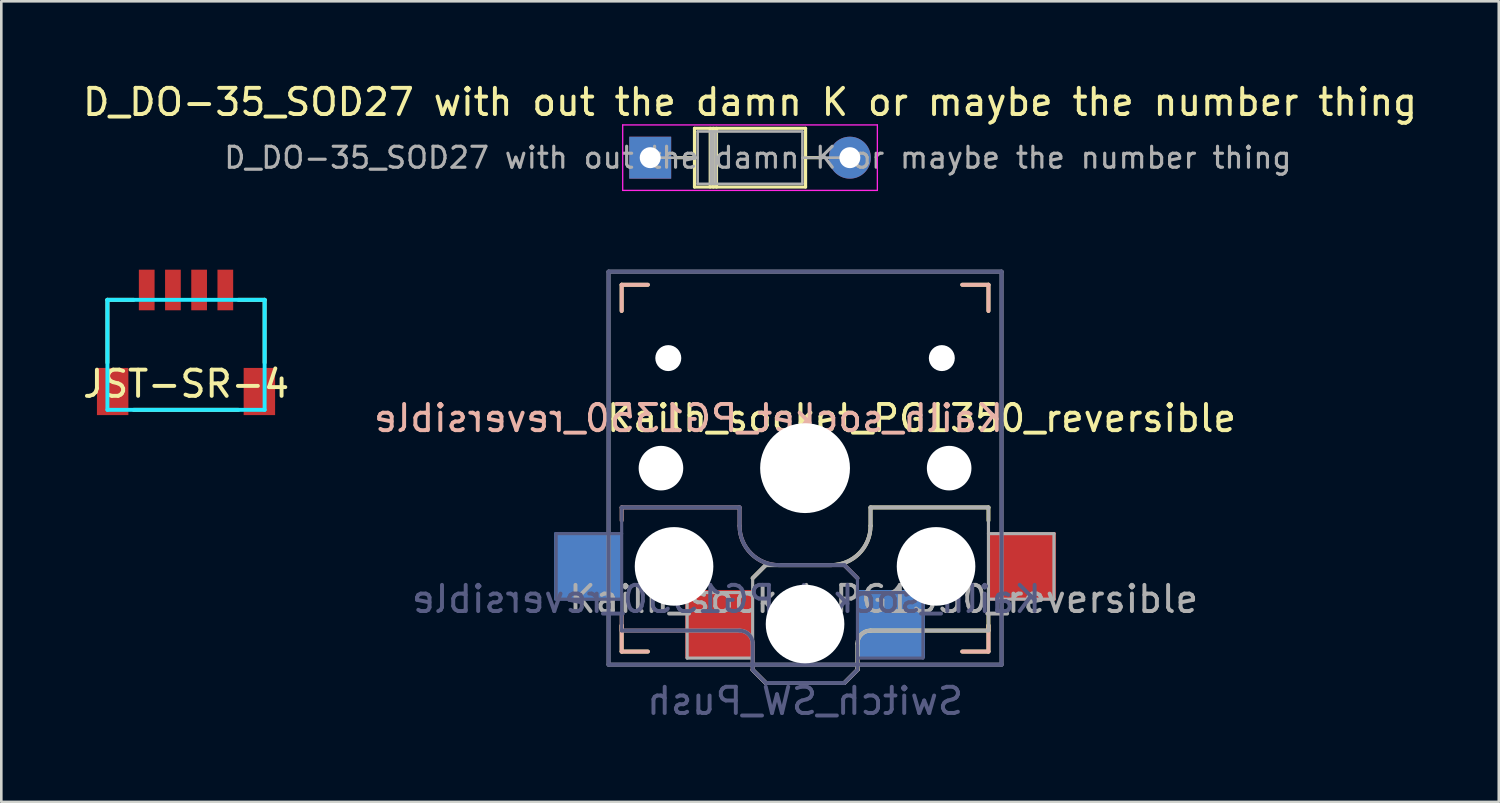
<source format=kicad_pcb>
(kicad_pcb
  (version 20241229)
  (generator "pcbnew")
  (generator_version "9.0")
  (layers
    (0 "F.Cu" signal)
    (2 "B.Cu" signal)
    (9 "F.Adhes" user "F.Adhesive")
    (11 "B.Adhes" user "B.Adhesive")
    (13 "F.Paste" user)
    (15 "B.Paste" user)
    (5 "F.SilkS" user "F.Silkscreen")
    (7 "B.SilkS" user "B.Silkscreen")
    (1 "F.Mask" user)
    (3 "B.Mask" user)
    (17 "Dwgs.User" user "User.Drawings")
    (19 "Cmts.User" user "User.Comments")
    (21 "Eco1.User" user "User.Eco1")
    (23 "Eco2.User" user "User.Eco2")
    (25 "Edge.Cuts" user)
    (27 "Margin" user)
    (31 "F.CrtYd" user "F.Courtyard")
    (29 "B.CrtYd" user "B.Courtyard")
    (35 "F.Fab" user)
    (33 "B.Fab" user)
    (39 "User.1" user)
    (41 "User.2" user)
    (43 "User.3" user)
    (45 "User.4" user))
  (footprint "JST-SR-4"
    (layer "F.Cu")
    (at 4.05 12.793)
    (property "Reference" "JST-SR-4" (at 0.004 -1.189 0) (layer "F.SilkS") (effects (font (size 1 1) (thickness 0.15))))
    (attr smd)
    (fp_line (start -3 -4.4) (end -2 -4.4) (stroke (width 0.15) (type solid)) (layer "F.SilkS"))
    (fp_line (start -3 -2) (end -3 -4.4) (stroke (width 0.15) (type solid)) (layer "F.SilkS"))
    (fp_line (start 2 -4.4) (end 3 -4.4) (stroke (width 0.15) (type solid)) (layer "F.SilkS"))
    (fp_line (start 2 -0.2) (end -2 -0.2) (stroke (width 0.15) (type solid)) (layer "F.SilkS"))
    (fp_line (start 3 -4.4) (end 3 -2) (stroke (width 0.15) (type solid)) (layer "F.SilkS"))
    (fp_line (start -3 -4.4) (end 3 -4.4) (stroke (width 0.15) (type solid)) (layer "B.CrtYd"))
    (fp_line (start -3 -0.2) (end -3 -4.4) (stroke (width 0.15) (type solid)) (layer "B.CrtYd"))
    (fp_line (start 3 -4.4) (end 3 -0.2) (stroke (width 0.15) (type solid)) (layer "B.CrtYd"))
    (fp_line (start 3 -0.2) (end -3 -0.2) (stroke (width 0.15) (type solid)) (layer "B.CrtYd"))
    (pad "" smd rect (at -2.8 -0.9) (size 1.2 1.8) (layers "F.Cu" "F.Mask" "F.Paste"))
    (pad "" smd rect (at 2.8 -0.9) (size 1.2 1.8) (layers "F.Cu" "F.Mask" "F.Paste"))
    (pad "1" smd rect (at -1.5 -4.775) (size 0.6 1.55) (layers "F.Cu" "F.Mask" "F.Paste"))
    (pad "2" smd rect (at -0.5 -4.775) (size 0.6 1.55) (layers "F.Cu" "F.Mask" "F.Paste"))
    (pad "3" smd rect (at 0.5 -4.775) (size 0.6 1.55) (layers "F.Cu" "F.Mask" "F.Paste"))
    (pad "4" smd rect (at 1.5 -4.775) (size 0.6 1.55) (layers "F.Cu" "F.Mask" "F.Paste")))
  (footprint "D_DO-35_SOD27 with out the damn K or maybe the number thing"
    (layer "F.Cu")
    (at 21.767 2.968)
    (property "Reference" "D_DO-35_SOD27 with out the damn K or maybe the number thing" (at 3.81 -2.12 0) (layer "F.SilkS") (effects (font (size 1 1) (thickness 0.15))))
    (attr through_hole)
    (fp_line (start 1.04 0) (end 1.69 0) (stroke (width 0.12) (type solid)) (layer "F.SilkS"))
    (fp_line (start 1.69 -1.12) (end 1.69 1.12) (stroke (width 0.12) (type solid)) (layer "F.SilkS"))
    (fp_line (start 1.69 1.12) (end 5.93 1.12) (stroke (width 0.12) (type solid)) (layer "F.SilkS"))
    (fp_line (start 2.29 -1.12) (end 2.29 1.12) (stroke (width 0.12) (type solid)) (layer "F.SilkS"))
    (fp_line (start 2.41 -1.12) (end 2.41 1.12) (stroke (width 0.12) (type solid)) (layer "F.SilkS"))
    (fp_line (start 2.53 -1.12) (end 2.53 1.12) (stroke (width 0.12) (type solid)) (layer "F.SilkS"))
    (fp_line (start 5.93 -1.12) (end 1.69 -1.12) (stroke (width 0.12) (type solid)) (layer "F.SilkS"))
    (fp_line (start 5.93 1.12) (end 5.93 -1.12) (stroke (width 0.12) (type solid)) (layer "F.SilkS"))
    (fp_line (start 6.58 0) (end 5.93 0) (stroke (width 0.12) (type solid)) (layer "F.SilkS"))
    (fp_line (start -1.05 -1.25) (end -1.05 1.25) (stroke (width 0.05) (type solid)) (layer "F.CrtYd"))
    (fp_line (start -1.05 1.25) (end 8.67 1.25) (stroke (width 0.05) (type solid)) (layer "F.CrtYd"))
    (fp_line (start 8.67 -1.25) (end -1.05 -1.25) (stroke (width 0.05) (type solid)) (layer "F.CrtYd"))
    (fp_line (start 8.67 1.25) (end 8.67 -1.25) (stroke (width 0.05) (type solid)) (layer "F.CrtYd"))
    (fp_line (start 0 0) (end 1.81 0) (stroke (width 0.1) (type solid)) (layer "F.Fab"))
    (fp_line (start 1.81 -1) (end 1.81 1) (stroke (width 0.1) (type solid)) (layer "F.Fab"))
    (fp_line (start 1.81 1) (end 5.81 1) (stroke (width 0.1) (type solid)) (layer "F.Fab"))
    (fp_line (start 2.31 -1) (end 2.31 1) (stroke (width 0.1) (type solid)) (layer "F.Fab"))
    (fp_line (start 2.41 -1) (end 2.41 1) (stroke (width 0.1) (type solid)) (layer "F.Fab"))
    (fp_line (start 2.51 -1) (end 2.51 1) (stroke (width 0.1) (type solid)) (layer "F.Fab"))
    (fp_line (start 5.81 -1) (end 1.81 -1) (stroke (width 0.1) (type solid)) (layer "F.Fab"))
    (fp_line (start 5.81 1) (end 5.81 -1) (stroke (width 0.1) (type solid)) (layer "F.Fab"))
    (fp_line (start 7.62 0) (end 5.81 0) (stroke (width 0.1) (type solid)) (layer "F.Fab"))
    (fp_text user "${REFERENCE}" (at 4.11 0 0) (layer "F.Fab") (effects (font (size 0.8 0.8) (thickness 0.12))))
    (pad "1" thru_hole rect (at 0 0) (size 1.6 1.6) (drill 0.8) (layers "*.Cu" "*.Mask"))
    (pad "2" thru_hole oval (at 7.62 0) (size 1.6 1.6) (drill 0.8) (layers "*.Cu" "*.Mask")))
  (footprint "Kailh_socket_PG1350_reversible"
    (layer "F.Cu")
    (at 27.677 14.818)
    (property "Reference" "Kailh_socket_PG1350_reversible" (at 4.445 -1.905 0) (layer "F.SilkS") (effects (font (size 1 1) (thickness 0.15))))
    (property "Value" "Switch_SW_Push" (at 0 8.89 0) (layer "F.Fab") (hide yes) (effects (font (size 1 1) (thickness 0.15))))
    (attr smd)
    (fp_line (start -7 -7) (end -6 -7) (stroke (width 0.15) (type solid)) (layer "F.SilkS"))
    (fp_line (start -7 -6) (end -7 -7) (stroke (width 0.15) (type solid)) (layer "F.SilkS"))
    (fp_line (start -7 7) (end -7 6) (stroke (width 0.15) (type solid)) (layer "F.SilkS"))
    (fp_line (start -6 7) (end -7 7) (stroke (width 0.15) (type solid)) (layer "F.SilkS"))
    (fp_line (start -2 4.2) (end -1.5 3.7) (stroke (width 0.15) (type solid)) (layer "F.SilkS"))
    (fp_line (start -2 7.7) (end -1.5 8.2) (stroke (width 0.15) (type solid)) (layer "F.SilkS"))
    (fp_line (start -1.5 3.7) (end 1 3.7) (stroke (width 0.15) (type solid)) (layer "F.SilkS"))
    (fp_line (start -1.5 8.2) (end 1.5 8.2) (stroke (width 0.15) (type solid)) (layer "F.SilkS"))
    (fp_line (start 1.5 8.2) (end 2 7.7) (stroke (width 0.15) (type solid)) (layer "F.SilkS"))
    (fp_line (start 2 6.7) (end 2 7.7) (stroke (width 0.15) (type solid)) (layer "F.SilkS"))
    (fp_line (start 2.5 1.5) (end 7 1.5) (stroke (width 0.15) (type solid)) (layer "F.SilkS"))
    (fp_line (start 2.5 2.2) (end 2.5 1.5) (stroke (width 0.15) (type solid)) (layer "F.SilkS"))
    (fp_line (start 6 -7) (end 7 -7) (stroke (width 0.15) (type solid)) (layer "F.SilkS"))
    (fp_line (start 7 -7) (end 7 -6) (stroke (width 0.15) (type solid)) (layer "F.SilkS"))
    (fp_line (start 7 1.5) (end 7 2) (stroke (width 0.15) (type solid)) (layer "F.SilkS"))
    (fp_line (start 7 5.6) (end 7 6.2) (stroke (width 0.15) (type solid)) (layer "F.SilkS"))
    (fp_line (start 7 6) (end 7 7) (stroke (width 0.15) (type solid)) (layer "F.SilkS"))
    (fp_line (start 7 6.2) (end 2.5 6.2) (stroke (width 0.15) (type solid)) (layer "F.SilkS"))
    (fp_line (start 7 7) (end 6 7) (stroke (width 0.15) (type solid)) (layer "F.SilkS"))
    (fp_arc (start 2 6.7) (mid 2.146447 6.346447) (end 2.5 6.2) (stroke (width 0.15) (type solid)) (layer "F.SilkS"))
    (fp_arc (start 2.5 2.2) (mid 2.06066 3.26066) (end 1 3.7) (stroke (width 0.15) (type solid)) (layer "F.SilkS"))
    (fp_line (start -7 -7) (end -6 -7) (stroke (width 0.15) (type solid)) (layer "B.SilkS"))
    (fp_line (start -7 -6) (end -7 -7) (stroke (width 0.15) (type solid)) (layer "B.SilkS"))
    (fp_line (start -7 1.5) (end -7 2) (stroke (width 0.15) (type solid)) (layer "B.SilkS"))
    (fp_line (start -7 5.6) (end -7 6.2) (stroke (width 0.15) (type solid)) (layer "B.SilkS"))
    (fp_line (start -7 6.2) (end -2.5 6.2) (stroke (width 0.15) (type solid)) (layer "B.SilkS"))
    (fp_line (start -7 7) (end -7 6) (stroke (width 0.15) (type solid)) (layer "B.SilkS"))
    (fp_line (start -6 7) (end -7 7) (stroke (width 0.15) (type solid)) (layer "B.SilkS"))
    (fp_line (start -2.5 1.5) (end -7 1.5) (stroke (width 0.15) (type solid)) (layer "B.SilkS"))
    (fp_line (start -2.5 2.2) (end -2.5 1.5) (stroke (width 0.15) (type solid)) (layer "B.SilkS"))
    (fp_line (start -2 6.7) (end -2 7.7) (stroke (width 0.15) (type solid)) (layer "B.SilkS"))
    (fp_line (start -1.5 8.2) (end -2 7.7) (stroke (width 0.15) (type solid)) (layer "B.SilkS"))
    (fp_line (start 1.5 3.7) (end -1 3.7) (stroke (width 0.15) (type solid)) (layer "B.SilkS"))
    (fp_line (start 1.5 8.2) (end -1.5 8.2) (stroke (width 0.15) (type solid)) (layer "B.SilkS"))
    (fp_line (start 2 4.2) (end 1.5 3.7) (stroke (width 0.15) (type solid)) (layer "B.SilkS"))
    (fp_line (start 2 7.7) (end 1.5 8.2) (stroke (width 0.15) (type solid)) (layer "B.SilkS"))
    (fp_line (start 6 -7) (end 7 -7) (stroke (width 0.15) (type solid)) (layer "B.SilkS"))
    (fp_line (start 7 -7) (end 7 -6) (stroke (width 0.15) (type solid)) (layer "B.SilkS"))
    (fp_line (start 7 6) (end 7 7) (stroke (width 0.15) (type solid)) (layer "B.SilkS"))
    (fp_line (start 7 7) (end 6 7) (stroke (width 0.15) (type solid)) (layer "B.SilkS"))
    (fp_arc (start -2.5 6.2) (mid -2.146447 6.346447) (end -2 6.7) (stroke (width 0.15) (type solid)) (layer "B.SilkS"))
    (fp_arc (start -1 3.7) (mid -2.06066 3.26066) (end -2.5 2.2) (stroke (width 0.15) (type solid)) (layer "B.SilkS"))
    (fp_line (start -6.9 6.9) (end -6.9 -6.9) (stroke (width 0.15) (type solid)) (layer "Eco2.User"))
    (fp_line (start -6.9 6.9) (end 6.9 6.9) (stroke (width 0.15) (type solid)) (layer "Eco2.User"))
    (fp_line (start -2.6 -3.1) (end -2.6 -6.3) (stroke (width 0.15) (type solid)) (layer "Eco2.User"))
    (fp_line (start -2.6 -3.1) (end 2.6 -3.1) (stroke (width 0.15) (type solid)) (layer "Eco2.User"))
    (fp_line (start 2.6 -6.3) (end -2.6 -6.3) (stroke (width 0.15) (type solid)) (layer "Eco2.User"))
    (fp_line (start 2.6 -3.1) (end 2.6 -6.3) (stroke (width 0.15) (type solid)) (layer "Eco2.User"))
    (fp_line (start 6.9 -6.9) (end -6.9 -6.9) (stroke (width 0.15) (type solid)) (layer "Eco2.User"))
    (fp_line (start 6.9 -6.9) (end 6.9 6.9) (stroke (width 0.15) (type solid)) (layer "Eco2.User"))
    (fp_line (start -9.5 2.5) (end -7 2.5) (stroke (width 0.12) (type solid)) (layer "B.Fab"))
    (fp_line (start -9.5 5) (end -9.5 2.5) (stroke (width 0.12) (type solid)) (layer "B.Fab"))
    (fp_line (start -7.5 -7.5) (end 7.5 -7.5) (stroke (width 0.15) (type solid)) (layer "B.Fab"))
    (fp_line (start -7.5 7.5) (end -7.5 -7.5) (stroke (width 0.15) (type solid)) (layer "B.Fab"))
    (fp_line (start -7 1.5) (end -7 6.2) (stroke (width 0.12) (type solid)) (layer "B.Fab"))
    (fp_line (start -7 5) (end -9.5 5) (stroke (width 0.12) (type solid)) (layer "B.Fab"))
    (fp_line (start -7 6.2) (end -2.5 6.2) (stroke (width 0.15) (type solid)) (layer "B.Fab"))
    (fp_line (start -2.5 1.5) (end -7 1.5) (stroke (width 0.15) (type solid)) (layer "B.Fab"))
    (fp_line (start -2.5 2.2) (end -2.5 1.5) (stroke (width 0.15) (type solid)) (layer "B.Fab"))
    (fp_line (start -2 6.7) (end -2 7.7) (stroke (width 0.15) (type solid)) (layer "B.Fab"))
    (fp_line (start -1.5 8.2) (end -2 7.7) (stroke (width 0.15) (type solid)) (layer "B.Fab"))
    (fp_line (start 1.5 3.7) (end -1 3.7) (stroke (width 0.15) (type solid)) (layer "B.Fab"))
    (fp_line (start 1.5 8.2) (end -1.5 8.2) (stroke (width 0.15) (type solid)) (layer "B.Fab"))
    (fp_line (start 2 4.2) (end 1.5 3.7) (stroke (width 0.15) (type solid)) (layer "B.Fab"))
    (fp_line (start 2 4.25) (end 2 7.7) (stroke (width 0.12) (type solid)) (layer "B.Fab"))
    (fp_line (start 2 4.75) (end 4.5 4.75) (stroke (width 0.12) (type solid)) (layer "B.Fab"))
    (fp_line (start 2 7.7) (end 1.5 8.2) (stroke (width 0.15) (type solid)) (layer "B.Fab"))
    (fp_line (start 4.5 4.75) (end 4.5 7.25) (stroke (width 0.12) (type solid)) (layer "B.Fab"))
    (fp_line (start 4.5 7.25) (end 2 7.25) (stroke (width 0.12) (type solid)) (layer "B.Fab"))
    (fp_line (start 7.5 -7.5) (end 7.5 7.5) (stroke (width 0.15) (type solid)) (layer "B.Fab"))
    (fp_line (start 7.5 7.5) (end -7.5 7.5) (stroke (width 0.15) (type solid)) (layer "B.Fab"))
    (fp_arc (start -2.5 6.2) (mid -2.146447 6.346447) (end -2 6.7) (stroke (width 0.15) (type solid)) (layer "B.Fab"))
    (fp_arc (start -1 3.7) (mid -2.06066 3.26066) (end -2.5 2.2) (stroke (width 0.15) (type solid)) (layer "B.Fab"))
    (fp_line (start -7.5 -7.5) (end 7.5 -7.5) (stroke (width 0.15) (type solid)) (layer "F.Fab"))
    (fp_line (start -7.5 7.5) (end -7.5 -7.5) (stroke (width 0.15) (type solid)) (layer "F.Fab"))
    (fp_line (start -4.5 4.75) (end -4.5 7.25) (stroke (width 0.12) (type solid)) (layer "F.Fab"))
    (fp_line (start -4.5 7.25) (end -2 7.25) (stroke (width 0.12) (type solid)) (layer "F.Fab"))
    (fp_line (start -2 4.2) (end -1.5 3.7) (stroke (width 0.15) (type solid)) (layer "F.Fab"))
    (fp_line (start -2 4.25) (end -2 7.7) (stroke (width 0.12) (type solid)) (layer "F.Fab"))
    (fp_line (start -2 4.75) (end -4.5 4.75) (stroke (width 0.12) (type solid)) (layer "F.Fab"))
    (fp_line (start -2 7.7) (end -1.5 8.2) (stroke (width 0.15) (type solid)) (layer "F.Fab"))
    (fp_line (start -1.5 3.7) (end 1 3.7) (stroke (width 0.15) (type solid)) (layer "F.Fab"))
    (fp_line (start -1.5 8.2) (end 1.5 8.2) (stroke (width 0.15) (type solid)) (layer "F.Fab"))
    (fp_line (start 1.5 8.2) (end 2 7.7) (stroke (width 0.15) (type solid)) (layer "F.Fab"))
    (fp_line (start 2 6.7) (end 2 7.7) (stroke (width 0.15) (type solid)) (layer "F.Fab"))
    (fp_line (start 2.5 1.5) (end 7 1.5) (stroke (width 0.15) (type solid)) (layer "F.Fab"))
    (fp_line (start 2.5 2.2) (end 2.5 1.5) (stroke (width 0.15) (type solid)) (layer "F.Fab"))
    (fp_line (start 7 1.5) (end 7 6.2) (stroke (width 0.12) (type solid)) (layer "F.Fab"))
    (fp_line (start 7 5) (end 9.5 5) (stroke (width 0.12) (type solid)) (layer "F.Fab"))
    (fp_line (start 7 6.2) (end 2.5 6.2) (stroke (width 0.15) (type solid)) (layer "F.Fab"))
    (fp_line (start 7.5 -7.5) (end 7.5 7.5) (stroke (width 0.15) (type solid)) (layer "F.Fab"))
    (fp_line (start 7.5 7.5) (end -7.5 7.5) (stroke (width 0.15) (type solid)) (layer "F.Fab"))
    (fp_line (start 9.5 2.5) (end 7 2.5) (stroke (width 0.12) (type solid)) (layer "F.Fab"))
    (fp_line (start 9.5 5) (end 9.5 2.5) (stroke (width 0.12) (type solid)) (layer "F.Fab"))
    (fp_arc (start 2 6.7) (mid 2.146447 6.346447) (end 2.5 6.2) (stroke (width 0.15) (type solid)) (layer "F.Fab"))
    (fp_arc (start 2.5 2.2) (mid 2.06066 3.26066) (end 1 3.7) (stroke (width 0.15) (type solid)) (layer "F.Fab"))
    (fp_text user "${REFERENCE}" (at -4.445 -1.905 0) (layer "B.SilkS") (effects (font (size 1 1) (thickness 0.15)) (justify mirror)))
    (fp_text user "${VALUE}" (at 0 8.89 0) (layer "B.Fab") (effects (font (size 1 1) (thickness 0.15)) (justify mirror)))
    (fp_text user "${REFERENCE}" (at -3 5 0) (layer "B.Fab") (effects (font (size 1 1) (thickness 0.15)) (justify mirror)))
    (fp_text user "${REFERENCE}" (at 3 5 180) (layer "F.Fab") (effects (font (size 1 1) (thickness 0.15))))
    (pad "" np_thru_hole circle (at -5.5 0) (size 1.702 1.702) (drill 1.702) (layers "*.Cu" "*.Mask"))
    (pad "" np_thru_hole circle (at -5.22 -4.2) (size 0.991 0.991) (drill 0.991) (layers "*.Cu" "*.Mask"))
    (pad "" np_thru_hole circle (at -5 3.75) (size 3 3) (drill 3) (layers "*.Cu" "*.Mask"))
    (pad "" np_thru_hole circle (at 0 0) (size 3.429 3.429) (drill 3.429) (layers "*.Cu" "*.Mask"))
    (pad "" np_thru_hole circle (at 0 5.95) (size 3 3) (drill 3) (layers "*.Cu" "*.Mask"))
    (pad "" np_thru_hole circle (at 5 3.75) (size 3 3) (drill 3) (layers "*.Cu" "*.Mask"))
    (pad "" np_thru_hole circle (at 5.22 -4.2) (size 0.991 0.991) (drill 0.991) (layers "*.Cu" "*.Mask"))
    (pad "" np_thru_hole circle (at 5.5 0) (size 1.702 1.702) (drill 1.702) (layers "*.Cu" "*.Mask"))
    (pad "1" smd rect (at -3.275 5.95) (size 2.6 2.6) (layers "F.Cu" "F.Mask" "F.Paste"))
    (pad "1" smd rect (at 3.275 5.95) (size 2.6 2.6) (layers "B.Cu" "B.Mask" "B.Paste"))
    (pad "2" smd rect (at -8.275 3.75) (size 2.6 2.6) (layers "B.Cu" "B.Mask" "B.Paste"))
    (pad "2" smd rect (at 8.275 3.75) (size 2.6 2.6) (layers "F.Cu" "F.Mask" "F.Paste")))
  (gr_rect
    (start -3 -3)
    (end 54.155 27.556)
    (stroke (width 0.1) (type default))
    (fill no)
    (layer "Edge.Cuts")))
</source>
